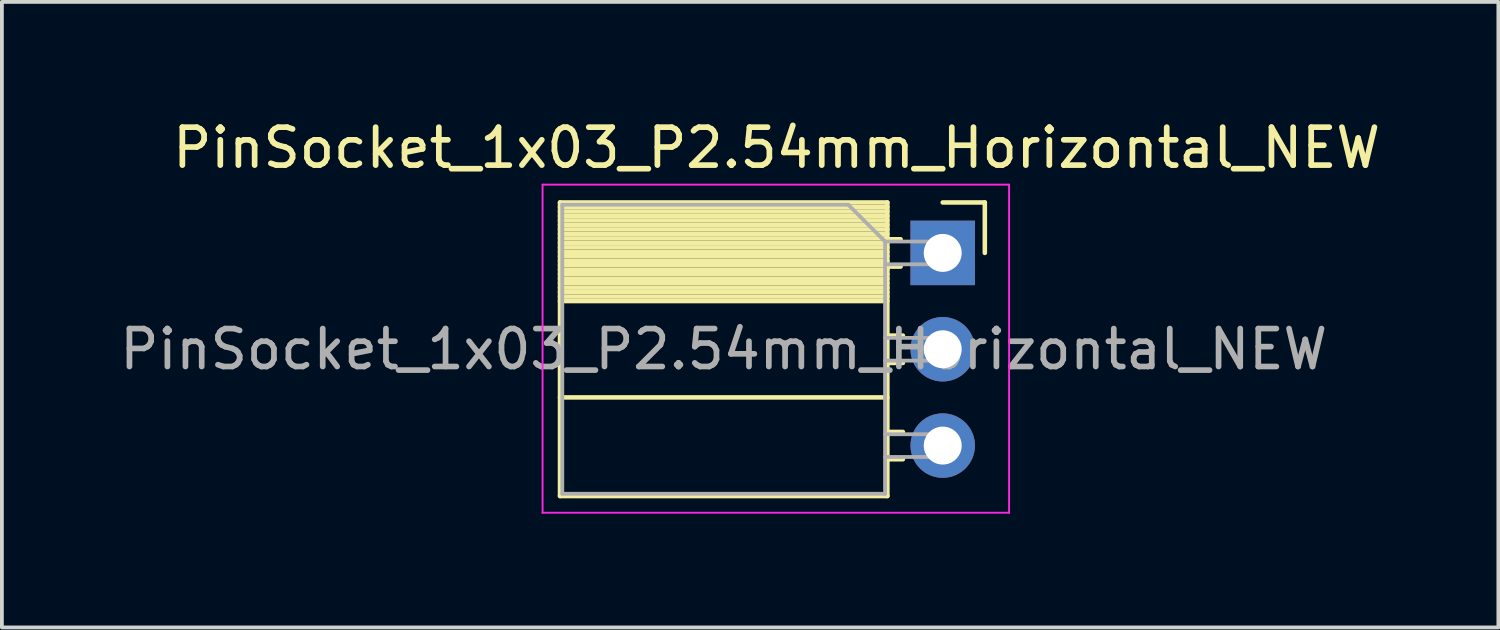
<source format=kicad_pcb>
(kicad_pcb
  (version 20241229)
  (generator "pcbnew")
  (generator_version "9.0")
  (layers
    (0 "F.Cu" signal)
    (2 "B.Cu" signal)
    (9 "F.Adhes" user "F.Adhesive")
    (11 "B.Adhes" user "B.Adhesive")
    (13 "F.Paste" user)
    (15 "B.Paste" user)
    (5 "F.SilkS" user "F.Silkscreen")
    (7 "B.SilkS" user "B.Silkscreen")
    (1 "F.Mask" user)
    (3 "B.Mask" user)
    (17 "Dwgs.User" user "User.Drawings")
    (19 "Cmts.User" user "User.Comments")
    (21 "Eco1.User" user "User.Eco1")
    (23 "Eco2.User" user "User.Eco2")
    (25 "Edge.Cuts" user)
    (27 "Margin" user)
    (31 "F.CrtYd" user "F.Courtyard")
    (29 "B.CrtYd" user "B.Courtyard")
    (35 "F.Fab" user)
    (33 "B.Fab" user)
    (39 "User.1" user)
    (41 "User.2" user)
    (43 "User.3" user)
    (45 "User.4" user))
  (footprint "PinSocket_1x03_P2.54mm_Horizontal_NEW"
    (layer "F.Cu")
    (at 21.805 3.618)
    (property "Reference" "PinSocket_1x03_P2.54mm_Horizontal_NEW" (at -4.38 -2.77 0) (layer "F.SilkS") (effects (font (size 1 1) (thickness 0.15))))
    (attr through_hole)
    (fp_line (start -10.09 -1.33) (end -10.09 6.41) (stroke (width 0.12) (type solid)) (layer "F.SilkS"))
    (fp_line (start -10.09 -1.33) (end -1.46 -1.33) (stroke (width 0.12) (type solid)) (layer "F.SilkS"))
    (fp_line (start -10.09 -1.21) (end -1.46 -1.21) (stroke (width 0.12) (type solid)) (layer "F.SilkS"))
    (fp_line (start -10.09 -1.092) (end -1.46 -1.092) (stroke (width 0.12) (type solid)) (layer "F.SilkS"))
    (fp_line (start -10.09 -0.974) (end -1.46 -0.974) (stroke (width 0.12) (type solid)) (layer "F.SilkS"))
    (fp_line (start -10.09 -0.856) (end -1.46 -0.856) (stroke (width 0.12) (type solid)) (layer "F.SilkS"))
    (fp_line (start -10.09 -0.738) (end -1.46 -0.738) (stroke (width 0.12) (type solid)) (layer "F.SilkS"))
    (fp_line (start -10.09 -0.62) (end -1.46 -0.62) (stroke (width 0.12) (type solid)) (layer "F.SilkS"))
    (fp_line (start -10.09 -0.501) (end -1.46 -0.501) (stroke (width 0.12) (type solid)) (layer "F.SilkS"))
    (fp_line (start -10.09 -0.383) (end -1.46 -0.383) (stroke (width 0.12) (type solid)) (layer "F.SilkS"))
    (fp_line (start -10.09 -0.265) (end -1.46 -0.265) (stroke (width 0.12) (type solid)) (layer "F.SilkS"))
    (fp_line (start -10.09 -0.147) (end -1.46 -0.147) (stroke (width 0.12) (type solid)) (layer "F.SilkS"))
    (fp_line (start -10.09 -0.029) (end -1.46 -0.029) (stroke (width 0.12) (type solid)) (layer "F.SilkS"))
    (fp_line (start -10.09 0.089) (end -1.46 0.089) (stroke (width 0.12) (type solid)) (layer "F.SilkS"))
    (fp_line (start -10.09 0.207) (end -1.46 0.207) (stroke (width 0.12) (type solid)) (layer "F.SilkS"))
    (fp_line (start -10.09 0.325) (end -1.46 0.325) (stroke (width 0.12) (type solid)) (layer "F.SilkS"))
    (fp_line (start -10.09 0.443) (end -1.46 0.443) (stroke (width 0.12) (type solid)) (layer "F.SilkS"))
    (fp_line (start -10.09 0.561) (end -1.46 0.561) (stroke (width 0.12) (type solid)) (layer "F.SilkS"))
    (fp_line (start -10.09 0.68) (end -1.46 0.68) (stroke (width 0.12) (type solid)) (layer "F.SilkS"))
    (fp_line (start -10.09 0.798) (end -1.46 0.798) (stroke (width 0.12) (type solid)) (layer "F.SilkS"))
    (fp_line (start -10.09 0.916) (end -1.46 0.916) (stroke (width 0.12) (type solid)) (layer "F.SilkS"))
    (fp_line (start -10.09 1.034) (end -1.46 1.034) (stroke (width 0.12) (type solid)) (layer "F.SilkS"))
    (fp_line (start -10.09 1.152) (end -1.46 1.152) (stroke (width 0.12) (type solid)) (layer "F.SilkS"))
    (fp_line (start -10.09 1.27) (end -1.46 1.27) (stroke (width 0.12) (type solid)) (layer "F.SilkS"))
    (fp_line (start -10.09 3.81) (end -1.46 3.81) (stroke (width 0.12) (type solid)) (layer "F.SilkS"))
    (fp_line (start -10.09 6.41) (end -1.46 6.41) (stroke (width 0.12) (type solid)) (layer "F.SilkS"))
    (fp_line (start -1.46 -1.33) (end -1.46 6.41) (stroke (width 0.12) (type solid)) (layer "F.SilkS"))
    (fp_line (start -1.46 -0.36) (end -1.11 -0.36) (stroke (width 0.12) (type solid)) (layer "F.SilkS"))
    (fp_line (start -1.46 0.36) (end -1.11 0.36) (stroke (width 0.12) (type solid)) (layer "F.SilkS"))
    (fp_line (start -1.46 2.18) (end -1.05 2.18) (stroke (width 0.12) (type solid)) (layer "F.SilkS"))
    (fp_line (start -1.46 2.9) (end -1.05 2.9) (stroke (width 0.12) (type solid)) (layer "F.SilkS"))
    (fp_line (start -1.46 4.72) (end -1.05 4.72) (stroke (width 0.12) (type solid)) (layer "F.SilkS"))
    (fp_line (start -1.46 5.44) (end -1.05 5.44) (stroke (width 0.12) (type solid)) (layer "F.SilkS"))
    (fp_line (start 0 -1.33) (end 1.11 -1.33) (stroke (width 0.12) (type solid)) (layer "F.SilkS"))
    (fp_line (start 1.11 -1.33) (end 1.11 0) (stroke (width 0.12) (type solid)) (layer "F.SilkS"))
    (fp_line (start -10.55 -1.8) (end -10.55 6.85) (stroke (width 0.05) (type solid)) (layer "F.CrtYd"))
    (fp_line (start -10.55 6.85) (end 1.75 6.85) (stroke (width 0.05) (type solid)) (layer "F.CrtYd"))
    (fp_line (start 1.75 -1.8) (end -10.55 -1.8) (stroke (width 0.05) (type solid)) (layer "F.CrtYd"))
    (fp_line (start 1.75 6.85) (end 1.75 -1.8) (stroke (width 0.05) (type solid)) (layer "F.CrtYd"))
    (fp_line (start -10.03 -1.27) (end -2.49 -1.27) (stroke (width 0.1) (type solid)) (layer "F.Fab"))
    (fp_line (start -10.03 6.35) (end -10.03 -1.27) (stroke (width 0.1) (type solid)) (layer "F.Fab"))
    (fp_line (start -2.49 -1.27) (end -1.52 -0.3) (stroke (width 0.1) (type solid)) (layer "F.Fab"))
    (fp_line (start -1.52 -0.3) (end -1.52 6.35) (stroke (width 0.1) (type solid)) (layer "F.Fab"))
    (fp_line (start -1.52 0.3) (end 0 0.3) (stroke (width 0.1) (type solid)) (layer "F.Fab"))
    (fp_line (start -1.52 2.84) (end 0 2.84) (stroke (width 0.1) (type solid)) (layer "F.Fab"))
    (fp_line (start -1.52 5.38) (end 0 5.38) (stroke (width 0.1) (type solid)) (layer "F.Fab"))
    (fp_line (start -1.52 6.35) (end -10.03 6.35) (stroke (width 0.1) (type solid)) (layer "F.Fab"))
    (fp_line (start 0 -0.3) (end -1.52 -0.3) (stroke (width 0.1) (type solid)) (layer "F.Fab"))
    (fp_line (start 0 0.3) (end 0 -0.3) (stroke (width 0.1) (type solid)) (layer "F.Fab"))
    (fp_line (start 0 2.24) (end -1.52 2.24) (stroke (width 0.1) (type solid)) (layer "F.Fab"))
    (fp_line (start 0 2.84) (end 0 2.24) (stroke (width 0.1) (type solid)) (layer "F.Fab"))
    (fp_line (start 0 4.78) (end -1.52 4.78) (stroke (width 0.1) (type solid)) (layer "F.Fab"))
    (fp_line (start 0 5.38) (end 0 4.78) (stroke (width 0.1) (type solid)) (layer "F.Fab"))
    (fp_text user "${REFERENCE}" (at -5.775 2.54 0) (layer "F.Fab") (effects (font (size 1 1) (thickness 0.15))))
    (pad "1" thru_hole oval (at 0 5.08) (size 1.7 1.7) (drill 1) (layers "*.Cu" "*.Mask"))
    (pad "2" thru_hole oval (at 0 2.54) (size 1.7 1.7) (drill 1) (layers "*.Cu" "*.Mask"))
    (pad "3" thru_hole rect (at 0 0) (size 1.7 1.7) (drill 1) (layers "*.Cu" "*.Mask")))
  (gr_rect
    (start -3 -3)
    (end 36.455 13.493)
    (stroke (width 0.1) (type default))
    (fill no)
    (layer "Edge.Cuts")))
</source>
